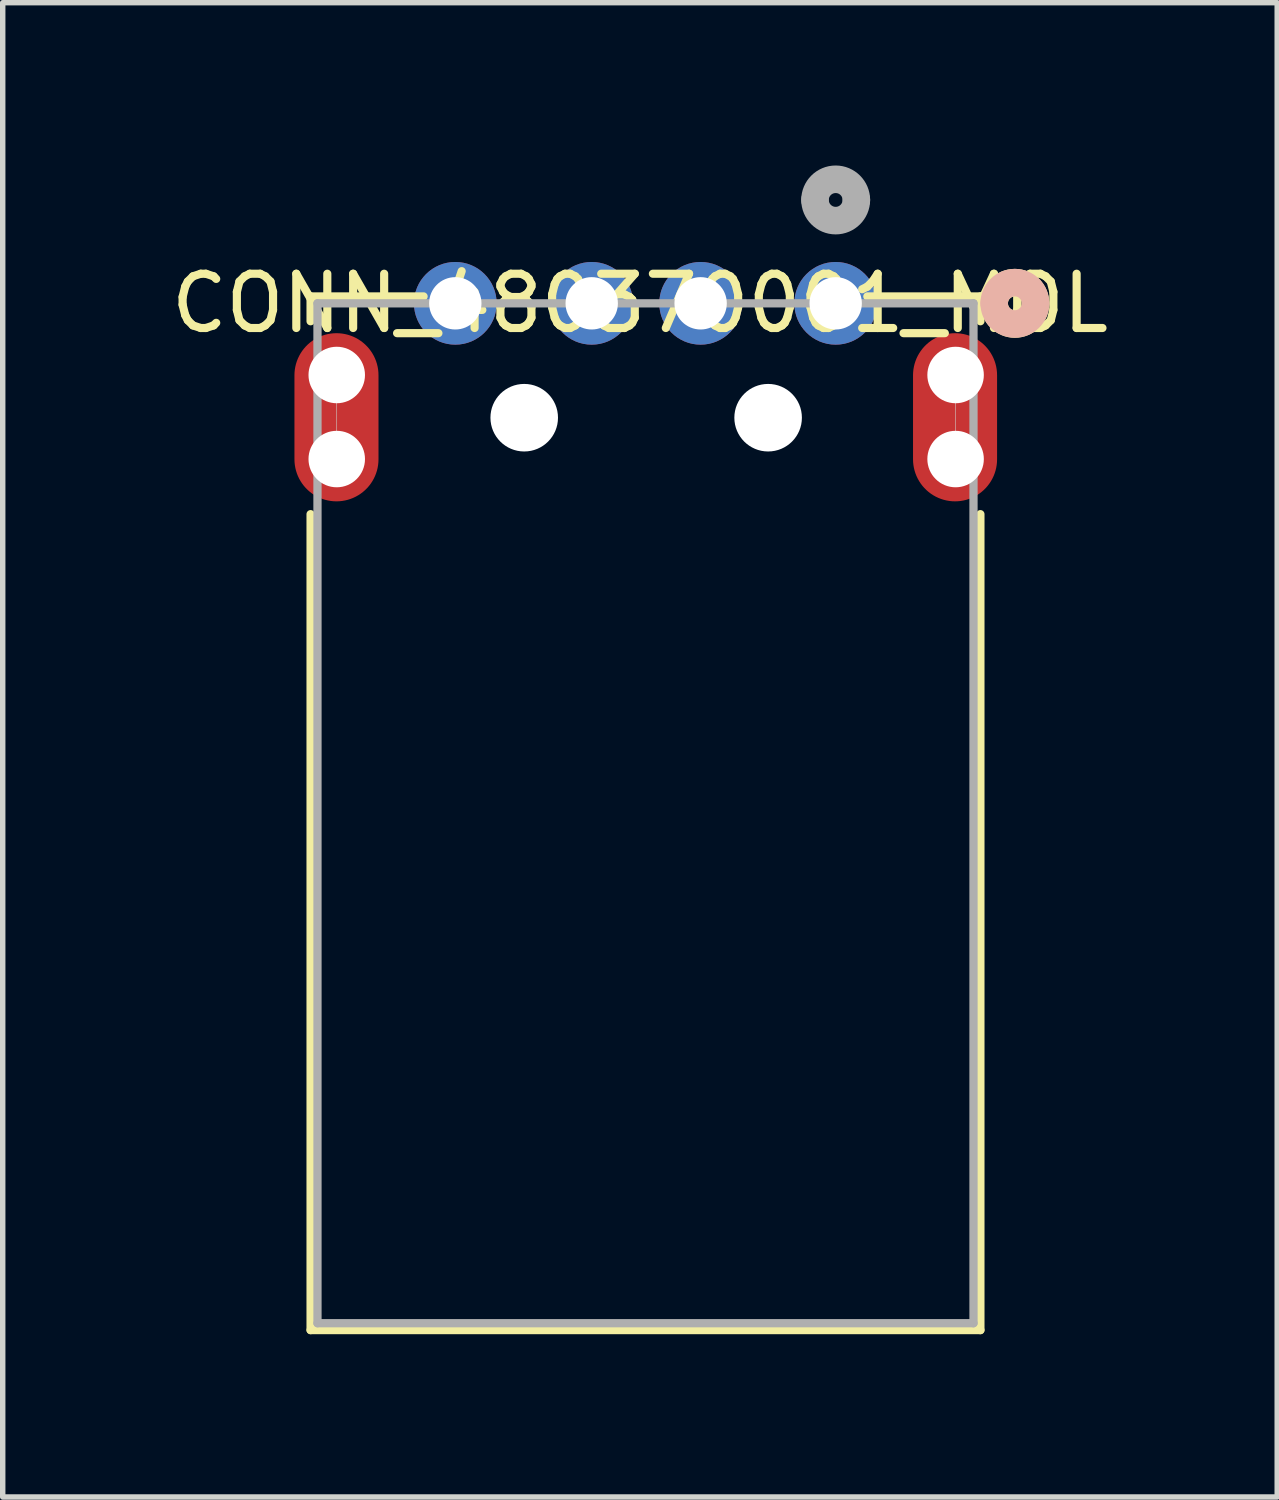
<source format=kicad_pcb>
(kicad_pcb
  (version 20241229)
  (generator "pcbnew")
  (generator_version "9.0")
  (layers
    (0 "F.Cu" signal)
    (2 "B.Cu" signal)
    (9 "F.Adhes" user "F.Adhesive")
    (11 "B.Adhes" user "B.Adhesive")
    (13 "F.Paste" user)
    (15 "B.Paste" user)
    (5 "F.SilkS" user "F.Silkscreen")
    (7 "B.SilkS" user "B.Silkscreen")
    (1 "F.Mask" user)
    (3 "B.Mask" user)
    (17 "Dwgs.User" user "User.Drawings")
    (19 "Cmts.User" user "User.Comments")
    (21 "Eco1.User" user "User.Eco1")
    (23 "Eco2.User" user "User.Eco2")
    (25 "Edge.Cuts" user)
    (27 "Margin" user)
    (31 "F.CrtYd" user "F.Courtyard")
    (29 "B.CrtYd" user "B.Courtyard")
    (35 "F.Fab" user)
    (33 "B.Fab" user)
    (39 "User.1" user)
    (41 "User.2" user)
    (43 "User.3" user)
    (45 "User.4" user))
  (footprint "CONN_480370001_MOL"
    (layer "F.Cu")
    (at 12.351 2.54)
    (property "Reference" "CONN_480370001_MOL" (at -3.607 0 0) (layer "F.SilkS") (effects (font (size 1 1) (thickness 0.15))))
    (attr through_hole)
    (fp_line (start -9.677 -0.127) (end -9.677 0.33) (stroke (width 0.152) (type solid)) (layer "F.SilkS"))
    (fp_line (start -9.677 3.886) (end -9.677 18.923) (stroke (width 0.152) (type solid)) (layer "F.SilkS"))
    (fp_line (start -9.677 18.923) (end 2.667 18.923) (stroke (width 0.152) (type solid)) (layer "F.SilkS"))
    (fp_line (start -7.595 -0.127) (end -9.677 -0.127) (stroke (width 0.152) (type solid)) (layer "F.SilkS"))
    (fp_line (start 2.667 -0.127) (end 0.584 -0.127) (stroke (width 0.152) (type solid)) (layer "F.SilkS"))
    (fp_line (start 2.667 0.33) (end 2.667 -0.127) (stroke (width 0.152) (type solid)) (layer "F.SilkS"))
    (fp_line (start 2.667 18.923) (end 2.667 3.886) (stroke (width 0.152) (type solid)) (layer "F.SilkS"))
    (fp_arc (start 2.921 0) (mid 3.302 -0.381) (end 3.683 0) (stroke (width 0.508) (type solid)) (layer "F.SilkS"))
    (fp_arc (start 3.683 0) (mid 3.302 0.381) (end 2.921 0) (stroke (width 0.508) (type solid)) (layer "F.SilkS"))
    (fp_arc (start 2.921 0) (mid 3.302 -0.381) (end 3.683 0) (stroke (width 0.508) (type solid)) (layer "B.SilkS"))
    (fp_arc (start 3.683 0) (mid 3.302 0.381) (end 2.921 0) (stroke (width 0.508) (type solid)) (layer "B.SilkS"))
    (fp_line (start -9.195 2.87) (end -9.195 1.321) (stroke (width 0.01) (type solid)) (layer "Edge.Cuts"))
    (fp_line (start 2.21 2.87) (end 2.21 1.321) (stroke (width 0.01) (type solid)) (layer "Edge.Cuts"))
    (fp_line (start -9.55 0) (end -9.55 18.796) (stroke (width 0.152) (type solid)) (layer "F.Fab"))
    (fp_line (start -9.55 18.796) (end 2.54 18.796) (stroke (width 0.152) (type solid)) (layer "F.Fab"))
    (fp_line (start 2.54 0) (end -9.55 0) (stroke (width 0.152) (type solid)) (layer "F.Fab"))
    (fp_line (start 2.54 18.796) (end 2.54 0) (stroke (width 0.152) (type solid)) (layer "F.Fab"))
    (fp_arc (start -0.381 -1.905) (mid 0 -2.286) (end 0.381 -1.905) (stroke (width 0.508) (type solid)) (layer "F.Fab"))
    (fp_arc (start 0.381 -1.905) (mid 0 -1.524) (end -0.381 -1.905) (stroke (width 0.508) (type solid)) (layer "F.Fab"))
    (pad "" np_thru_hole circle (at -9.195 1.321) (size 1.041 1.041) (drill 1.041) (layers "*.Cu" "*.Mask"))
    (pad "" np_thru_hole circle (at -9.195 2.87) (size 1.041 1.041) (drill 1.041) (layers "*.Cu" "*.Mask"))
    (pad "" np_thru_hole circle (at -5.74 2.108) (size 1.245 1.245) (drill 1.245) (layers "*.Cu" "*.Mask"))
    (pad "" np_thru_hole circle (at -1.245 2.108) (size 1.245 1.245) (drill 1.245) (layers "*.Cu" "*.Mask"))
    (pad "" np_thru_hole circle (at 2.21 1.321) (size 1.041 1.041) (drill 1.041) (layers "*.Cu" "*.Mask"))
    (pad "" np_thru_hole circle (at 2.21 2.87) (size 1.041 1.041) (drill 1.041) (layers "*.Cu" "*.Mask"))
    (pad "1" thru_hole circle (at 0 0) (size 1.524 1.524) (drill 0.965) (layers "*.Cu" "*.Mask"))
    (pad "2" thru_hole circle (at -2.489 0) (size 1.524 1.524) (drill 0.965) (layers "*.Cu" "*.Mask"))
    (pad "3" thru_hole circle (at -4.496 0) (size 1.524 1.524) (drill 0.965) (layers "*.Cu" "*.Mask"))
    (pad "4" thru_hole circle (at -7.01 0) (size 1.524 1.524) (drill 0.965) (layers "*.Cu" "*.Mask"))
    (pad "7" smd oval (at -9.2 2.1) (size 1.549 3.099) (layers "F.Cu" "F.Mask" "F.Paste"))
    (pad "8" smd oval (at 2.2 2.1) (size 1.549 3.099) (layers "F.Cu" "F.Mask" "F.Paste")))
  (gr_rect
    (start -3 -3)
    (end 20.488 24.539)
    (stroke (width 0.1) (type default))
    (fill no)
    (layer "Edge.Cuts")))
</source>
